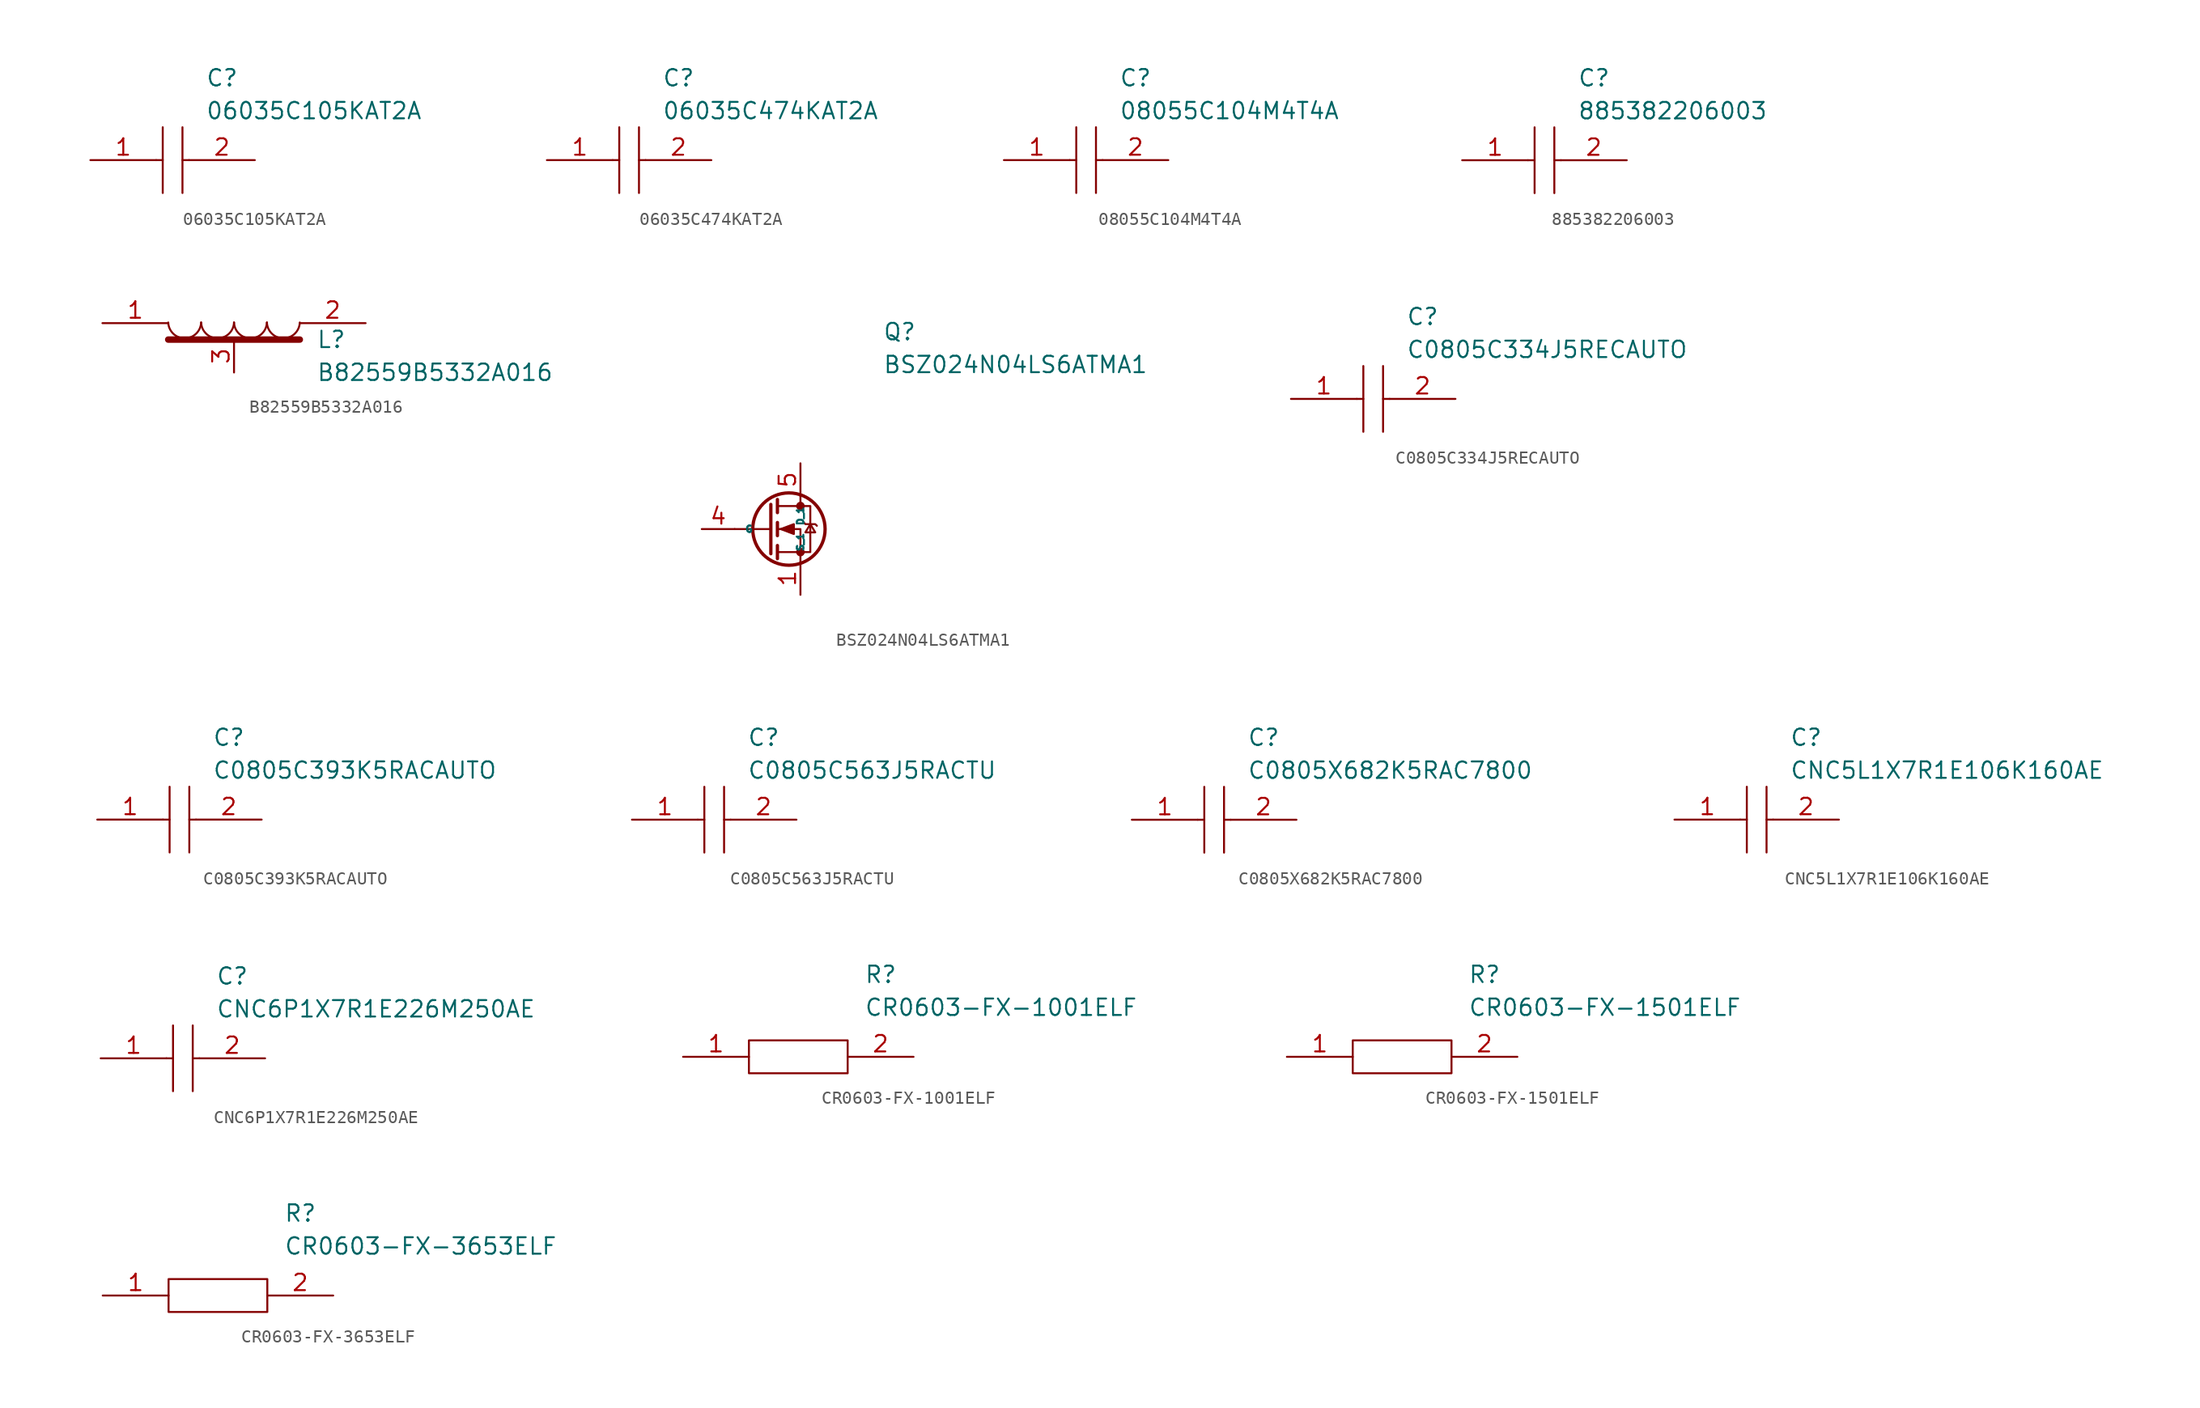
<source format=kicad_sym>
(kicad_symbol_lib
  (version 20211014)
  (generator kicad_symbol_editor)
  (symbol "06035C105KAT2A"
    (pin_names
      (offset 0.762))
    (property "Reference" "C"
      (at 8.89 6.35 0)
      (effects (font (size 1.27 1.27)) (justify left)))
    (property "Value" "06035C105KAT2A"
      (at 8.89 3.81 0)
      (effects (font (size 1.27 1.27)) (justify left)))
    (symbol "06035C105KAT2A_0_0"
      (pin passive line (at 0 0 0) (length 5.08) (name "~" (effects (font (size 1.27 1.27)))) (number "1" (effects (font (size 1.27 1.27)))))
      (pin passive line (at 12.7 0 180) (length 5.08) (name "~" (effects (font (size 1.27 1.27)))) (number "2" (effects (font (size 1.27 1.27))))))
    (symbol "06035C105KAT2A_0_1"
      (polyline (pts (xy 5.08 0) (xy 5.588 0)) (stroke (width 0.152) (type default) (color 0 0 0 0)) (fill (type none)))
      (polyline (pts (xy 5.588 2.54) (xy 5.588 -2.54)) (stroke (width 0.152) (type default) (color 0 0 0 0)) (fill (type none)))
      (polyline (pts (xy 7.112 0) (xy 7.62 0)) (stroke (width 0.152) (type default) (color 0 0 0 0)) (fill (type none)))
      (polyline (pts (xy 7.112 2.54) (xy 7.112 -2.54)) (stroke (width 0.152) (type default) (color 0 0 0 0)) (fill (type none)))))
  (symbol "06035C474KAT2A"
    (pin_names
      (offset 0.762))
    (property "Reference" "C"
      (at 8.89 6.35 0)
      (effects (font (size 1.27 1.27)) (justify left)))
    (property "Value" "06035C474KAT2A"
      (at 8.89 3.81 0)
      (effects (font (size 1.27 1.27)) (justify left)))
    (symbol "06035C474KAT2A_0_0"
      (pin passive line (at 0 0 0) (length 5.08) (name "~" (effects (font (size 1.27 1.27)))) (number "1" (effects (font (size 1.27 1.27)))))
      (pin passive line (at 12.7 0 180) (length 5.08) (name "~" (effects (font (size 1.27 1.27)))) (number "2" (effects (font (size 1.27 1.27))))))
    (symbol "06035C474KAT2A_0_1"
      (polyline (pts (xy 5.08 0) (xy 5.588 0)) (stroke (width 0.152) (type default) (color 0 0 0 0)) (fill (type none)))
      (polyline (pts (xy 5.588 2.54) (xy 5.588 -2.54)) (stroke (width 0.152) (type default) (color 0 0 0 0)) (fill (type none)))
      (polyline (pts (xy 7.112 0) (xy 7.62 0)) (stroke (width 0.152) (type default) (color 0 0 0 0)) (fill (type none)))
      (polyline (pts (xy 7.112 2.54) (xy 7.112 -2.54)) (stroke (width 0.152) (type default) (color 0 0 0 0)) (fill (type none)))))
  (symbol "08055C104M4T4A"
    (pin_names
      (offset 0.762))
    (property "Reference" "C"
      (at 8.89 6.35 0)
      (effects (font (size 1.27 1.27)) (justify left)))
    (property "Value" "08055C104M4T4A"
      (at 8.89 3.81 0)
      (effects (font (size 1.27 1.27)) (justify left)))
    (symbol "08055C104M4T4A_0_0"
      (pin passive line (at 0 0 0) (length 5.08) (name "~" (effects (font (size 1.27 1.27)))) (number "1" (effects (font (size 1.27 1.27)))))
      (pin passive line (at 12.7 0 180) (length 5.08) (name "~" (effects (font (size 1.27 1.27)))) (number "2" (effects (font (size 1.27 1.27))))))
    (symbol "08055C104M4T4A_0_1"
      (polyline (pts (xy 5.08 0) (xy 5.588 0)) (stroke (width 0.152) (type default) (color 0 0 0 0)) (fill (type none)))
      (polyline (pts (xy 5.588 2.54) (xy 5.588 -2.54)) (stroke (width 0.152) (type default) (color 0 0 0 0)) (fill (type none)))
      (polyline (pts (xy 7.112 0) (xy 7.62 0)) (stroke (width 0.152) (type default) (color 0 0 0 0)) (fill (type none)))
      (polyline (pts (xy 7.112 2.54) (xy 7.112 -2.54)) (stroke (width 0.152) (type default) (color 0 0 0 0)) (fill (type none)))))
  (symbol "885382206003"
    (pin_names
      (offset 0.762))
    (property "Reference" "C"
      (at 8.89 6.35 0)
      (effects (font (size 1.27 1.27)) (justify left)))
    (property "Value" "885382206003"
      (at 8.89 3.81 0)
      (effects (font (size 1.27 1.27)) (justify left)))
    (symbol "885382206003_0_0"
      (pin passive line (at 0 0 0) (length 5.08) (name "~" (effects (font (size 1.27 1.27)))) (number "1" (effects (font (size 1.27 1.27)))))
      (pin passive line (at 12.7 0 180) (length 5.08) (name "~" (effects (font (size 1.27 1.27)))) (number "2" (effects (font (size 1.27 1.27))))))
    (symbol "885382206003_0_1"
      (polyline (pts (xy 5.08 0) (xy 5.588 0)) (stroke (width 0.152) (type default) (color 0 0 0 0)) (fill (type none)))
      (polyline (pts (xy 5.588 2.54) (xy 5.588 -2.54)) (stroke (width 0.152) (type default) (color 0 0 0 0)) (fill (type none)))
      (polyline (pts (xy 7.112 0) (xy 7.62 0)) (stroke (width 0.152) (type default) (color 0 0 0 0)) (fill (type none)))
      (polyline (pts (xy 7.112 2.54) (xy 7.112 -2.54)) (stroke (width 0.152) (type default) (color 0 0 0 0)) (fill (type none)))))
  (symbol "B82559B5332A016"
    (pin_names
      (offset 0.762))
    (property "Reference" "L"
      (at 16.51 7.62 0)
      (effects (font (size 1.27 1.27)) (justify left)))
    (property "Value" "B82559B5332A016"
      (at 16.51 5.08 0)
      (effects (font (size 1.27 1.27)) (justify left)))
    (symbol "B82559B5332A016_0_0"
      (pin passive line (at 0 8.89 0) (length 5.08) (name "~" (effects (font (size 1.27 1.27)))) (number "1" (effects (font (size 1.27 1.27)))))
      (pin passive line (at 20.32 8.89 180) (length 5.08) (name "~" (effects (font (size 1.27 1.27)))) (number "2" (effects (font (size 1.27 1.27)))))
      (pin passive line (at 10.16 5.08 90) (length 2.54) (name "~" (effects (font (size 1.27 1.27)))) (number "3" (effects (font (size 1.27 1.27))))))
    (symbol "B82559B5332A016_0_1"
      (polyline (pts (xy 5.08 7.62) (xy 15.24 7.62)) (stroke (width 0.5) (type default) (color 0 0 0 0)) (fill (type none)))
      (arc (start 5.08 8.9408) (mid 6.35 7.619) (end 7.62 8.9408) (stroke (width 0.1524) (type default) (color 0 0 0 0)) (fill (type none)))
      (arc (start 7.62 8.9408) (mid 8.89 7.619) (end 10.16 8.9408) (stroke (width 0.1524) (type default) (color 0 0 0 0)) (fill (type none)))
      (arc (start 10.16 8.9408) (mid 11.43 7.619) (end 12.7 8.9408) (stroke (width 0.1524) (type default) (color 0 0 0 0)) (fill (type none)))
      (arc (start 12.7 8.9408) (mid 13.97 7.619) (end 15.24 8.9408) (stroke (width 0.1524) (type default) (color 0 0 0 0)) (fill (type none)))))
  (symbol "BSZ024N04LS6ATMA1"
    (pin_names
      (offset 0.762))
    (property "Reference" "Q"
      (at 21.59 7.62 0)
      (effects (font (size 1.27 1.27)) (justify left)))
    (property "Value" "BSZ024N04LS6ATMA1"
      (at 21.59 5.08 0)
      (effects (font (size 1.27 1.27)) (justify left)))
    (symbol "BSZ024N04LS6ATMA1_0_0"
      (pin passive line (at 7.62 -7.62 0) (length 2.54) (name "G" (effects (font (size 0.5 0.5)))) (number "4" (effects (font (size 1.27 1.27))))))
    (symbol "BSZ024N04LS6ATMA1_0_1"
      (polyline (pts (xy 12.954 -7.62) (xy 10.16 -7.62)) (stroke (width 0) (type default) (color 0 0 0 0)) (fill (type none)))
      (polyline (pts (xy 12.954 -5.715) (xy 12.954 -9.525)) (stroke (width 0.254) (type default) (color 0 0 0 0)) (fill (type none)))
      (polyline (pts (xy 13.462 -8.89) (xy 13.462 -9.906)) (stroke (width 0.254) (type default) (color 0 0 0 0)) (fill (type none)))
      (polyline (pts (xy 13.462 -7.112) (xy 13.462 -8.128)) (stroke (width 0.254) (type default) (color 0 0 0 0)) (fill (type none)))
      (polyline (pts (xy 13.462 -5.334) (xy 13.462 -6.35)) (stroke (width 0.254) (type default) (color 0 0 0 0)) (fill (type none)))
      (polyline (pts (xy 15.24 -5.08) (xy 15.24 -5.842)) (stroke (width 0) (type default) (color 0 0 0 0)) (fill (type none)))
      (polyline (pts (xy 15.24 -10.16) (xy 15.24 -7.62) (xy 13.462 -7.62)) (stroke (width 0) (type default) (color 0 0 0 0)) (fill (type none)))
      (polyline (pts (xy 13.462 -9.398) (xy 16.002 -9.398) (xy 16.002 -5.842) (xy 13.462 -5.842)) (stroke (width 0) (type default) (color 0 0 0 0)) (fill (type none)))
      (polyline (pts (xy 13.716 -7.62) (xy 14.732 -7.239) (xy 14.732 -8.001) (xy 13.716 -7.62)) (stroke (width 0) (type default) (color 0 0 0 0)) (fill (type outline)))
      (polyline (pts (xy 15.494 -7.112) (xy 15.621 -7.239) (xy 16.383 -7.239) (xy 16.51 -7.366)) (stroke (width 0) (type default) (color 0 0 0 0)) (fill (type none)))
      (polyline (pts (xy 16.002 -7.239) (xy 15.621 -7.874) (xy 16.383 -7.874) (xy 16.002 -7.239)) (stroke (width 0) (type default) (color 0 0 0 0)) (fill (type none)))
      (circle (center 14.351 -7.62) (radius 2.794) (stroke (width 0.254) (type default) (color 0 0 0 0)) (fill (type none)))
      (circle (center 15.24 -9.398) (radius 0.254) (stroke (width 0) (type default) (color 0 0 0 0)) (fill (type outline)))
      (circle (center 15.24 -5.842) (radius 0.254) (stroke (width 0) (type default) (color 0 0 0 0)) (fill (type outline)))
      (pin passive line (at 15.24 -12.7 90) (length 2.54) (name "S_1" (effects (font (size 0.5 0.5)))) (number "1" (effects (font (size 1.27 1.27)))))
      (pin passive line (at 15.24 -2.54 270) (length 2.54) hide (name "D_5" (effects (font (size 1.27 1.27)))) (number "10" (effects (font (size 1.27 1.27)))))
      (pin passive line (at 15.24 -12.7 90) (length 2.54) hide (name "S_2" (effects (font (size 1.27 1.27)))) (number "2" (effects (font (size 1.27 1.27)))))
      (pin passive line (at 15.24 -11.43 90) (length 2.54) hide (name "S_3" (effects (font (size 1.27 1.27)))) (number "3" (effects (font (size 1.27 1.27)))))
      (pin passive line (at 15.24 -2.54 270) (length 2.54) (name "D_1" (effects (font (size 0.5 0.5)))) (number "5" (effects (font (size 1.27 1.27)))))
      (pin passive line (at 15.24 -2.54 270) (length 2.54) hide (name "D_2" (effects (font (size 1.27 1.27)))) (number "6" (effects (font (size 1.27 1.27)))))
      (pin passive line (at 15.24 -2.54 270) (length 2.54) hide (name "D_3" (effects (font (size 1.27 1.27)))) (number "7" (effects (font (size 1.27 1.27)))))
      (pin passive line (at 15.24 -2.54 270) (length 2.54) hide (name "D_4" (effects (font (size 1.27 1.27)))) (number "8" (effects (font (size 1.27 1.27)))))
      (pin passive line (at 15.24 -12.7 90) (length 2.54) hide (name "S_4" (effects (font (size 1.27 1.27)))) (number "9" (effects (font (size 1.27 1.27)))))))
  (symbol "C0805C334J5RECAUTO"
    (pin_names
      (offset 0.762))
    (property "Reference" "C"
      (at 8.89 6.35 0)
      (effects (font (size 1.27 1.27)) (justify left)))
    (property "Value" "C0805C334J5RECAUTO"
      (at 8.89 3.81 0)
      (effects (font (size 1.27 1.27)) (justify left)))
    (symbol "C0805C334J5RECAUTO_0_0"
      (pin passive line (at 0 0 0) (length 5.08) (name "~" (effects (font (size 1.27 1.27)))) (number "1" (effects (font (size 1.27 1.27)))))
      (pin passive line (at 12.7 0 180) (length 5.08) (name "~" (effects (font (size 1.27 1.27)))) (number "2" (effects (font (size 1.27 1.27))))))
    (symbol "C0805C334J5RECAUTO_0_1"
      (polyline (pts (xy 5.08 0) (xy 5.588 0)) (stroke (width 0.152) (type default) (color 0 0 0 0)) (fill (type none)))
      (polyline (pts (xy 5.588 2.54) (xy 5.588 -2.54)) (stroke (width 0.152) (type default) (color 0 0 0 0)) (fill (type none)))
      (polyline (pts (xy 7.112 0) (xy 7.62 0)) (stroke (width 0.152) (type default) (color 0 0 0 0)) (fill (type none)))
      (polyline (pts (xy 7.112 2.54) (xy 7.112 -2.54)) (stroke (width 0.152) (type default) (color 0 0 0 0)) (fill (type none)))))
  (symbol "C0805C393K5RACAUTO"
    (pin_names
      (offset 0.762))
    (property "Reference" "C"
      (at 8.89 6.35 0)
      (effects (font (size 1.27 1.27)) (justify left)))
    (property "Value" "C0805C393K5RACAUTO"
      (at 8.89 3.81 0)
      (effects (font (size 1.27 1.27)) (justify left)))
    (symbol "C0805C393K5RACAUTO_0_0"
      (pin passive line (at 0 0 0) (length 5.08) (name "~" (effects (font (size 1.27 1.27)))) (number "1" (effects (font (size 1.27 1.27)))))
      (pin passive line (at 12.7 0 180) (length 5.08) (name "~" (effects (font (size 1.27 1.27)))) (number "2" (effects (font (size 1.27 1.27))))))
    (symbol "C0805C393K5RACAUTO_0_1"
      (polyline (pts (xy 5.08 0) (xy 5.588 0)) (stroke (width 0.152) (type default) (color 0 0 0 0)) (fill (type none)))
      (polyline (pts (xy 5.588 2.54) (xy 5.588 -2.54)) (stroke (width 0.152) (type default) (color 0 0 0 0)) (fill (type none)))
      (polyline (pts (xy 7.112 0) (xy 7.62 0)) (stroke (width 0.152) (type default) (color 0 0 0 0)) (fill (type none)))
      (polyline (pts (xy 7.112 2.54) (xy 7.112 -2.54)) (stroke (width 0.152) (type default) (color 0 0 0 0)) (fill (type none)))))
  (symbol "C0805C563J5RACTU"
    (pin_names
      (offset 0.762))
    (property "Reference" "C"
      (at 8.89 6.35 0)
      (effects (font (size 1.27 1.27)) (justify left)))
    (property "Value" "C0805C563J5RACTU"
      (at 8.89 3.81 0)
      (effects (font (size 1.27 1.27)) (justify left)))
    (symbol "C0805C563J5RACTU_0_0"
      (pin passive line (at 0 0 0) (length 5.08) (name "~" (effects (font (size 1.27 1.27)))) (number "1" (effects (font (size 1.27 1.27)))))
      (pin passive line (at 12.7 0 180) (length 5.08) (name "~" (effects (font (size 1.27 1.27)))) (number "2" (effects (font (size 1.27 1.27))))))
    (symbol "C0805C563J5RACTU_0_1"
      (polyline (pts (xy 5.08 0) (xy 5.588 0)) (stroke (width 0.152) (type default) (color 0 0 0 0)) (fill (type none)))
      (polyline (pts (xy 5.588 2.54) (xy 5.588 -2.54)) (stroke (width 0.152) (type default) (color 0 0 0 0)) (fill (type none)))
      (polyline (pts (xy 7.112 0) (xy 7.62 0)) (stroke (width 0.152) (type default) (color 0 0 0 0)) (fill (type none)))
      (polyline (pts (xy 7.112 2.54) (xy 7.112 -2.54)) (stroke (width 0.152) (type default) (color 0 0 0 0)) (fill (type none)))))
  (symbol "C0805X682K5RAC7800"
    (pin_names
      (offset 0.762))
    (property "Reference" "C"
      (at 8.89 6.35 0)
      (effects (font (size 1.27 1.27)) (justify left)))
    (property "Value" "C0805X682K5RAC7800"
      (at 8.89 3.81 0)
      (effects (font (size 1.27 1.27)) (justify left)))
    (symbol "C0805X682K5RAC7800_0_0"
      (pin passive line (at 0 0 0) (length 5.08) (name "~" (effects (font (size 1.27 1.27)))) (number "1" (effects (font (size 1.27 1.27)))))
      (pin passive line (at 12.7 0 180) (length 5.08) (name "~" (effects (font (size 1.27 1.27)))) (number "2" (effects (font (size 1.27 1.27))))))
    (symbol "C0805X682K5RAC7800_0_1"
      (polyline (pts (xy 5.08 0) (xy 5.588 0)) (stroke (width 0.152) (type default) (color 0 0 0 0)) (fill (type none)))
      (polyline (pts (xy 5.588 2.54) (xy 5.588 -2.54)) (stroke (width 0.152) (type default) (color 0 0 0 0)) (fill (type none)))
      (polyline (pts (xy 7.112 0) (xy 7.62 0)) (stroke (width 0.152) (type default) (color 0 0 0 0)) (fill (type none)))
      (polyline (pts (xy 7.112 2.54) (xy 7.112 -2.54)) (stroke (width 0.152) (type default) (color 0 0 0 0)) (fill (type none)))))
  (symbol "CNC5L1X7R1E106K160AE"
    (pin_names
      (offset 0.762))
    (property "Reference" "C"
      (at 8.89 6.35 0)
      (effects (font (size 1.27 1.27)) (justify left)))
    (property "Value" "CNC5L1X7R1E106K160AE"
      (at 8.89 3.81 0)
      (effects (font (size 1.27 1.27)) (justify left)))
    (symbol "CNC5L1X7R1E106K160AE_0_0"
      (pin passive line (at 0 0 0) (length 5.08) (name "~" (effects (font (size 1.27 1.27)))) (number "1" (effects (font (size 1.27 1.27)))))
      (pin passive line (at 12.7 0 180) (length 5.08) (name "~" (effects (font (size 1.27 1.27)))) (number "2" (effects (font (size 1.27 1.27))))))
    (symbol "CNC5L1X7R1E106K160AE_0_1"
      (polyline (pts (xy 5.08 0) (xy 5.588 0)) (stroke (width 0.152) (type default) (color 0 0 0 0)) (fill (type none)))
      (polyline (pts (xy 5.588 2.54) (xy 5.588 -2.54)) (stroke (width 0.152) (type default) (color 0 0 0 0)) (fill (type none)))
      (polyline (pts (xy 7.112 0) (xy 7.62 0)) (stroke (width 0.152) (type default) (color 0 0 0 0)) (fill (type none)))
      (polyline (pts (xy 7.112 2.54) (xy 7.112 -2.54)) (stroke (width 0.152) (type default) (color 0 0 0 0)) (fill (type none)))))
  (symbol "CNC6P1X7R1E226M250AE"
    (pin_names
      (offset 0.762))
    (property "Reference" "C"
      (at 8.89 6.35 0)
      (effects (font (size 1.27 1.27)) (justify left)))
    (property "Value" "CNC6P1X7R1E226M250AE"
      (at 8.89 3.81 0)
      (effects (font (size 1.27 1.27)) (justify left)))
    (symbol "CNC6P1X7R1E226M250AE_0_0"
      (pin passive line (at 0 0 0) (length 5.08) (name "~" (effects (font (size 1.27 1.27)))) (number "1" (effects (font (size 1.27 1.27)))))
      (pin passive line (at 12.7 0 180) (length 5.08) (name "~" (effects (font (size 1.27 1.27)))) (number "2" (effects (font (size 1.27 1.27))))))
    (symbol "CNC6P1X7R1E226M250AE_0_1"
      (polyline (pts (xy 5.08 0) (xy 5.588 0)) (stroke (width 0.152) (type default) (color 0 0 0 0)) (fill (type none)))
      (polyline (pts (xy 5.588 2.54) (xy 5.588 -2.54)) (stroke (width 0.152) (type default) (color 0 0 0 0)) (fill (type none)))
      (polyline (pts (xy 7.112 0) (xy 7.62 0)) (stroke (width 0.152) (type default) (color 0 0 0 0)) (fill (type none)))
      (polyline (pts (xy 7.112 2.54) (xy 7.112 -2.54)) (stroke (width 0.152) (type default) (color 0 0 0 0)) (fill (type none)))))
  (symbol "CR0603-FX-1001ELF"
    (pin_names
      (offset 0.762))
    (property "Reference" "R"
      (at 13.97 6.35 0)
      (effects (font (size 1.27 1.27)) (justify left)))
    (property "Value" "CR0603-FX-1001ELF"
      (at 13.97 3.81 0)
      (effects (font (size 1.27 1.27)) (justify left)))
    (symbol "CR0603-FX-1001ELF_0_0"
      (pin passive line (at 0 0 0) (length 5.08) (name "~" (effects (font (size 1.27 1.27)))) (number "1" (effects (font (size 1.27 1.27)))))
      (pin passive line (at 17.78 0 180) (length 5.08) (name "~" (effects (font (size 1.27 1.27)))) (number "2" (effects (font (size 1.27 1.27))))))
    (symbol "CR0603-FX-1001ELF_0_1"
      (polyline (pts (xy 5.08 1.27) (xy 12.7 1.27) (xy 12.7 -1.27) (xy 5.08 -1.27) (xy 5.08 1.27)) (stroke (width 0.152) (type default) (color 0 0 0 0)) (fill (type none)))))
  (symbol "CR0603-FX-1501ELF"
    (pin_names
      (offset 0.762))
    (property "Reference" "R"
      (at 13.97 6.35 0)
      (effects (font (size 1.27 1.27)) (justify left)))
    (property "Value" "CR0603-FX-1501ELF"
      (at 13.97 3.81 0)
      (effects (font (size 1.27 1.27)) (justify left)))
    (symbol "CR0603-FX-1501ELF_0_0"
      (pin passive line (at 0 0 0) (length 5.08) (name "~" (effects (font (size 1.27 1.27)))) (number "1" (effects (font (size 1.27 1.27)))))
      (pin passive line (at 17.78 0 180) (length 5.08) (name "~" (effects (font (size 1.27 1.27)))) (number "2" (effects (font (size 1.27 1.27))))))
    (symbol "CR0603-FX-1501ELF_0_1"
      (polyline (pts (xy 5.08 1.27) (xy 12.7 1.27) (xy 12.7 -1.27) (xy 5.08 -1.27) (xy 5.08 1.27)) (stroke (width 0.152) (type default) (color 0 0 0 0)) (fill (type none)))))
  (symbol "CR0603-FX-3653ELF"
    (pin_names
      (offset 0.762))
    (property "Reference" "R"
      (at 13.97 6.35 0)
      (effects (font (size 1.27 1.27)) (justify left)))
    (property "Value" "CR0603-FX-3653ELF"
      (at 13.97 3.81 0)
      (effects (font (size 1.27 1.27)) (justify left)))
    (symbol "CR0603-FX-3653ELF_0_0"
      (pin passive line (at 0 0 0) (length 5.08) (name "~" (effects (font (size 1.27 1.27)))) (number "1" (effects (font (size 1.27 1.27)))))
      (pin passive line (at 17.78 0 180) (length 5.08) (name "~" (effects (font (size 1.27 1.27)))) (number "2" (effects (font (size 1.27 1.27))))))
    (symbol "CR0603-FX-3653ELF_0_1"
      (polyline (pts (xy 5.08 1.27) (xy 12.7 1.27) (xy 12.7 -1.27) (xy 5.08 -1.27) (xy 5.08 1.27)) (stroke (width 0.152) (type default) (color 0 0 0 0)) (fill (type none))))))
</source>
